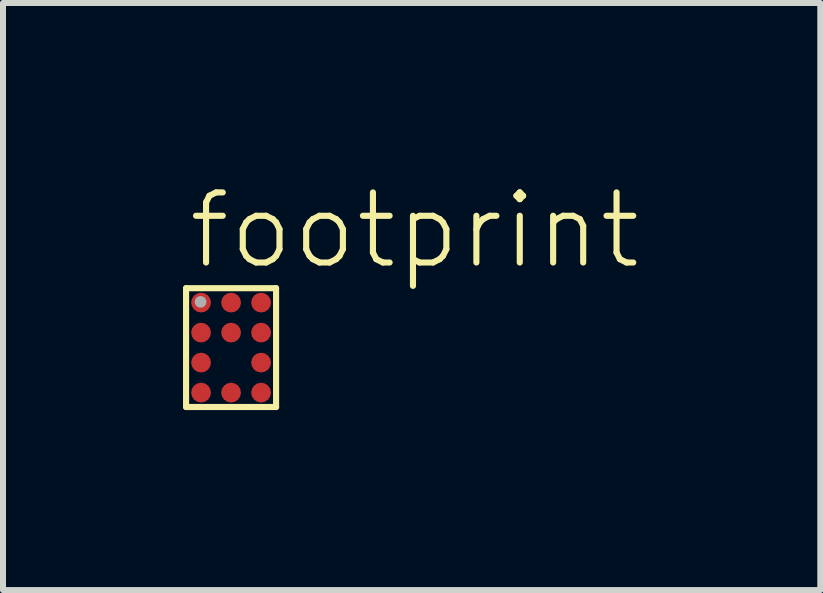
<source format=kicad_pcb>
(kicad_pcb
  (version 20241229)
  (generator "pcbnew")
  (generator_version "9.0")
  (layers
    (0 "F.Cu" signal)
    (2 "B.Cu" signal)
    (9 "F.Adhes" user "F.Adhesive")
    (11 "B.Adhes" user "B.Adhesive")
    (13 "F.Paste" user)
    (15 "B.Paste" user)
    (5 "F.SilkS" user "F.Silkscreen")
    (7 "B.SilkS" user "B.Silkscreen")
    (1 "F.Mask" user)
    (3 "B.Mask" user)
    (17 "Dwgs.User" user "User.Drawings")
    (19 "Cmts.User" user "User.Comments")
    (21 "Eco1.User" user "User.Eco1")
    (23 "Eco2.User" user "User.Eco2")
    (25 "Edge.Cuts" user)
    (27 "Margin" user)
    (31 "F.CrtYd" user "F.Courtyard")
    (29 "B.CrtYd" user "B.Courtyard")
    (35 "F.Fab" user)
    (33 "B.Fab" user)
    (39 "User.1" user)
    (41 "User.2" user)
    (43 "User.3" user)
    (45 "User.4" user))
  (footprint "footprint"
    (layer "F.Cu")
    (at 0.801 2.743)
    (property "Reference" "footprint" (at -0.762 -1.27 0) (layer "F.SilkS") (effects (font (size 1.168 1.168) (thickness 0.102)) (justify left bottom)))
    (fp_circle (center -0.5 -0.75) (end -0.425 -0.75) (stroke (width 0.15) (type solid)) (fill yes) (layer "F.Mask"))
    (fp_circle (center -0.5 -0.25) (end -0.425 -0.25) (stroke (width 0.15) (type solid)) (fill yes) (layer "F.Mask"))
    (fp_circle (center -0.5 0.25) (end -0.425 0.25) (stroke (width 0.15) (type solid)) (fill yes) (layer "F.Mask"))
    (fp_circle (center -0.5 0.75) (end -0.425 0.75) (stroke (width 0.15) (type solid)) (fill yes) (layer "F.Mask"))
    (fp_circle (center 0 -0.75) (end 0.075 -0.75) (stroke (width 0.15) (type solid)) (fill yes) (layer "F.Mask"))
    (fp_circle (center 0 -0.25) (end 0.075 -0.25) (stroke (width 0.15) (type solid)) (fill yes) (layer "F.Mask"))
    (fp_circle (center 0 0.75) (end 0.075 0.75) (stroke (width 0.15) (type solid)) (fill yes) (layer "F.Mask"))
    (fp_circle (center 0.5 -0.75) (end 0.575 -0.75) (stroke (width 0.15) (type solid)) (fill yes) (layer "F.Mask"))
    (fp_circle (center 0.5 -0.25) (end 0.575 -0.25) (stroke (width 0.15) (type solid)) (fill yes) (layer "F.Mask"))
    (fp_circle (center 0.5 0.25) (end 0.575 0.25) (stroke (width 0.15) (type solid)) (fill yes) (layer "F.Mask"))
    (fp_circle (center 0.5 0.75) (end 0.575 0.75) (stroke (width 0.15) (type solid)) (fill yes) (layer "F.Mask"))
    (fp_line (start -0.75 -0.99) (end 0.75 -0.99) (stroke (width 0.102) (type solid)) (layer "F.SilkS"))
    (fp_line (start -0.75 0.99) (end -0.75 -0.99) (stroke (width 0.102) (type solid)) (layer "F.SilkS"))
    (fp_line (start 0.75 -0.99) (end 0.75 0.99) (stroke (width 0.102) (type solid)) (layer "F.SilkS"))
    (fp_line (start 0.75 0.99) (end -0.75 0.99) (stroke (width 0.102) (type solid)) (layer "F.SilkS"))
    (fp_circle (center -0.508 -0.762) (end -0.459 -0.762) (stroke (width 0.098) (type solid)) (fill no) (layer "F.Fab"))
    (pad "A1" smd roundrect (at -0.5 -0.75) (size 0.33 0.33) (layers "F.Cu") (roundrect_rratio 0.5))
    (pad "A2" smd roundrect (at 0 -0.75) (size 0.33 0.33) (layers "F.Cu") (roundrect_rratio 0.5))
    (pad "A3" smd roundrect (at 0.5 -0.75) (size 0.33 0.33) (layers "F.Cu") (roundrect_rratio 0.5))
    (pad "B1" smd roundrect (at -0.5 -0.25) (size 0.33 0.33) (layers "F.Cu") (roundrect_rratio 0.5))
    (pad "B2" smd roundrect (at 0 -0.25) (size 0.33 0.33) (layers "F.Cu") (roundrect_rratio 0.5))
    (pad "B3" smd roundrect (at 0.5 -0.25) (size 0.33 0.33) (layers "F.Cu") (roundrect_rratio 0.5))
    (pad "C1" smd roundrect (at -0.5 0.25) (size 0.33 0.33) (layers "F.Cu") (roundrect_rratio 0.5))
    (pad "C3" smd roundrect (at 0.5 0.25) (size 0.33 0.33) (layers "F.Cu") (roundrect_rratio 0.5))
    (pad "D1" smd roundrect (at -0.5 0.75) (size 0.33 0.33) (layers "F.Cu") (roundrect_rratio 0.5))
    (pad "D2" smd roundrect (at 0 0.75) (size 0.33 0.33) (layers "F.Cu") (roundrect_rratio 0.5))
    (pad "D3" smd roundrect (at 0.5 0.75) (size 0.33 0.33) (layers "F.Cu") (roundrect_rratio 0.5)))
  (gr_rect
    (start -3 -3)
    (end 10.621 6.784)
    (stroke (width 0.1) (type default))
    (fill no)
    (layer "Edge.Cuts")))
</source>
